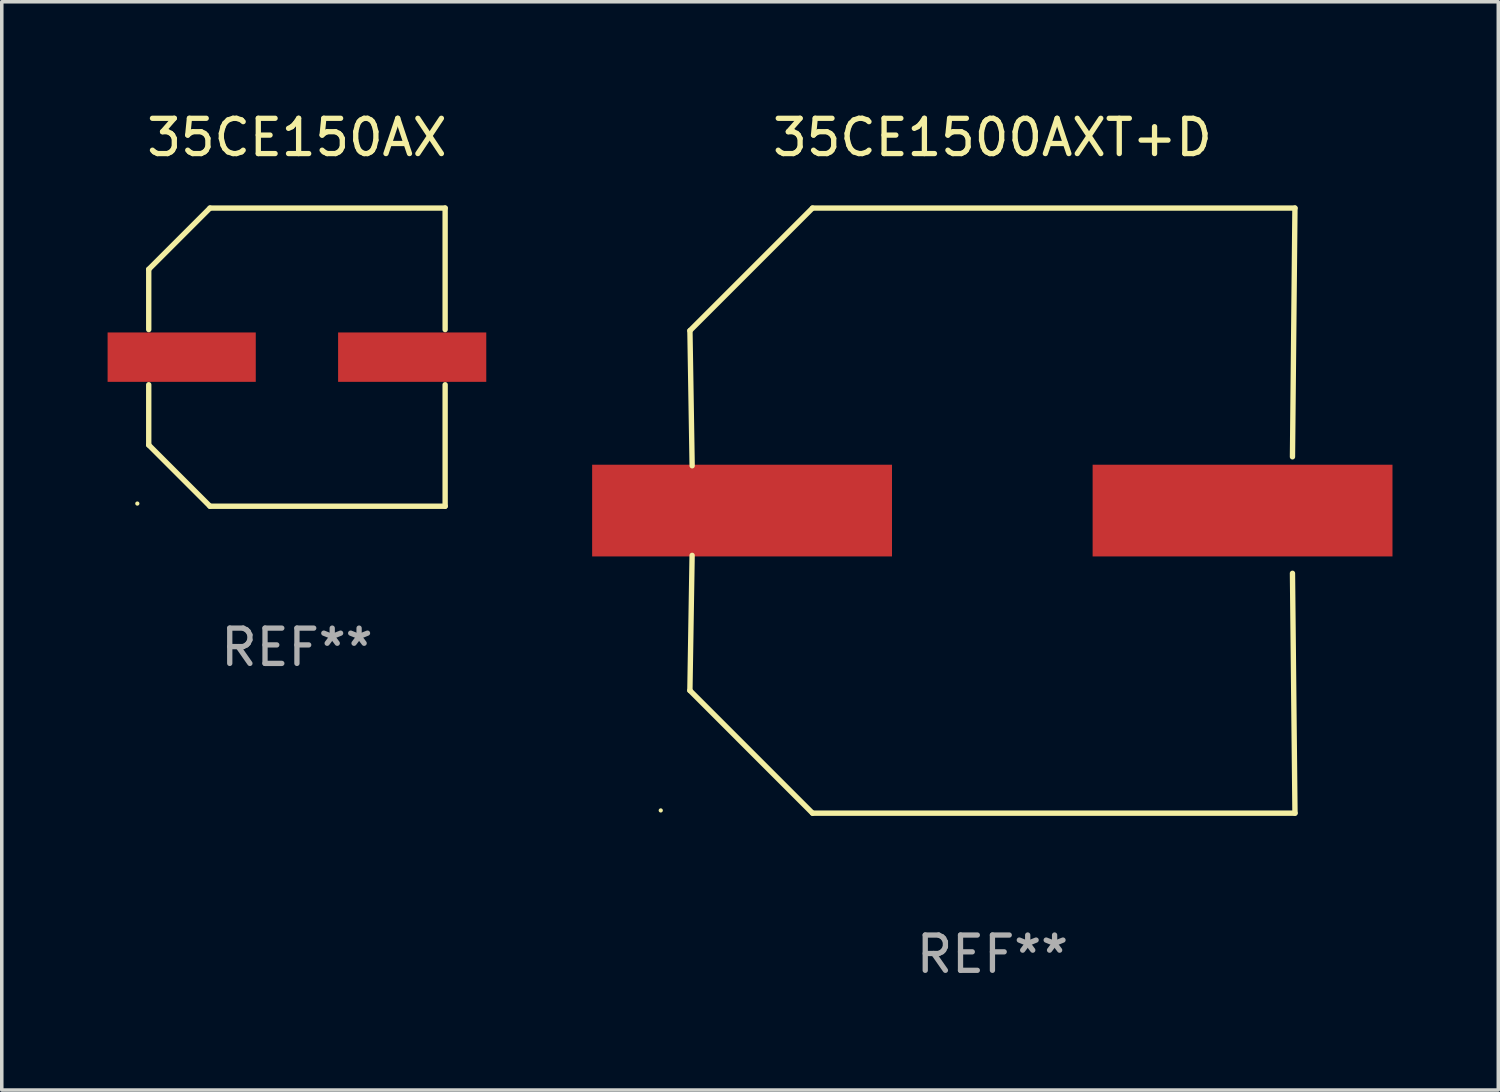
<source format=kicad_pcb>
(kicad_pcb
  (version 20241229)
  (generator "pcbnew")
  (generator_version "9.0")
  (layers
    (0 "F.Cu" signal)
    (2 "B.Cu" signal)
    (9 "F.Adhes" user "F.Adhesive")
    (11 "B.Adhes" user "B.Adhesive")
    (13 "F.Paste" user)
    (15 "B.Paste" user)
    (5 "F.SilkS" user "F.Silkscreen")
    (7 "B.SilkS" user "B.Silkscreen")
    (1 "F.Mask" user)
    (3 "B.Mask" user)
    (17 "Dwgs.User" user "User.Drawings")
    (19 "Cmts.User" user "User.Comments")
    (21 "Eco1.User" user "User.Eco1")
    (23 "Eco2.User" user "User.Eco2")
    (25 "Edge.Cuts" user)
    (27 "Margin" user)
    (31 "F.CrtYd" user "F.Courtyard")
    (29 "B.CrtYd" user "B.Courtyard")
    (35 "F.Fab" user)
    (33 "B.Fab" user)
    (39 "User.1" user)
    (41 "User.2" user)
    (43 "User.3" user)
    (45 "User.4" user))
  (footprint "35CE1500AXT+D"
    (layer "F.Cu")
    (at 25.082 11.424)
    (property "Reference" "35CE1500AXT+D" (at 0 -10.576 0) (layer "F.SilkS") (effects (font (size 1 1) (thickness 0.15))))
    (attr through_hole)
    (fp_line (start -8.576 5.099) (end -8.513 1.269) (stroke (width 0.152) (type solid)) (layer "F.SilkS"))
    (fp_line (start -8.575 -5.101) (end -8.512 -1.271) (stroke (width 0.152) (type solid)) (layer "F.SilkS"))
    (fp_line (start -5.1 -8.576) (end -8.575 -5.101) (stroke (width 0.152) (type solid)) (layer "F.SilkS"))
    (fp_line (start -5.1 8.576) (end -8.576 5.099) (stroke (width 0.152) (type solid)) (layer "F.SilkS"))
    (fp_line (start 8.505 -1.525) (end 8.575 -8.576) (stroke (width 0.152) (type solid)) (layer "F.SilkS"))
    (fp_line (start 8.505 1.777) (end 8.576 8.576) (stroke (width 0.152) (type solid)) (layer "F.SilkS"))
    (fp_line (start 8.575 -8.576) (end -5.1 -8.576) (stroke (width 0.152) (type solid)) (layer "F.SilkS"))
    (fp_line (start 8.576 8.576) (end -5.1 8.576) (stroke (width 0.152) (type solid)) (layer "F.SilkS"))
    (fp_circle (center -9.402 8.499) (end -9.372 8.499) (stroke (width 0.06) (type solid)) (fill no) (layer "F.SilkS"))
    (fp_text user "REF**" (at 0 12.576 0) (layer "F.Fab") (effects (font (size 1 1) (thickness 0.15))))
    (pad "1" smd rect (at -7.097 -0.001) (size 8.5 2.6) (layers "F.Cu" "F.Mask" "F.Paste"))
    (pad "2" smd rect (at 7.09 -0.001) (size 8.5 2.6) (layers "F.Cu" "F.Mask" "F.Paste")))
  (footprint "35CE150AX"
    (layer "F.Cu")
    (at 5.367 7.074)
    (property "Reference" "35CE150AX" (at 0 -6.226 0) (layer "F.SilkS") (effects (font (size 1 1) (thickness 0.15))))
    (attr through_hole)
    (fp_line (start -4.201 -2.49) (end -4.201 -0.782) (stroke (width 0.152) (type solid)) (layer "F.SilkS"))
    (fp_line (start -4.201 2.49) (end -4.201 0.782) (stroke (width 0.152) (type solid)) (layer "F.SilkS"))
    (fp_line (start -2.465 -4.226) (end -4.201 -2.49) (stroke (width 0.152) (type solid)) (layer "F.SilkS"))
    (fp_line (start -2.465 4.226) (end -4.201 2.49) (stroke (width 0.152) (type solid)) (layer "F.SilkS"))
    (fp_line (start 4.201 -4.226) (end -2.465 -4.226) (stroke (width 0.152) (type solid)) (layer "F.SilkS"))
    (fp_line (start 4.201 -0.782) (end 4.201 -4.226) (stroke (width 0.152) (type solid)) (layer "F.SilkS"))
    (fp_line (start 4.201 0.782) (end 4.201 4.226) (stroke (width 0.152) (type solid)) (layer "F.SilkS"))
    (fp_line (start 4.201 4.226) (end -2.465 4.226) (stroke (width 0.152) (type solid)) (layer "F.SilkS"))
    (fp_circle (center -4.524 4.15) (end -4.494 4.15) (stroke (width 0.06) (type solid)) (fill no) (layer "F.SilkS"))
    (fp_text user "REF**" (at 0 8.226 0) (layer "F.Fab") (effects (font (size 1 1) (thickness 0.15))))
    (pad "1" smd rect (at -3.267 0) (size 4.2 1.4) (layers "F.Cu" "F.Mask" "F.Paste"))
    (pad "2" smd rect (at 3.267 0) (size 4.2 1.4) (layers "F.Cu" "F.Mask" "F.Paste")))
  (gr_rect
    (start -3 -3)
    (end 39.421 27.848)
    (stroke (width 0.1) (type default))
    (fill no)
    (layer "Edge.Cuts")))
</source>
